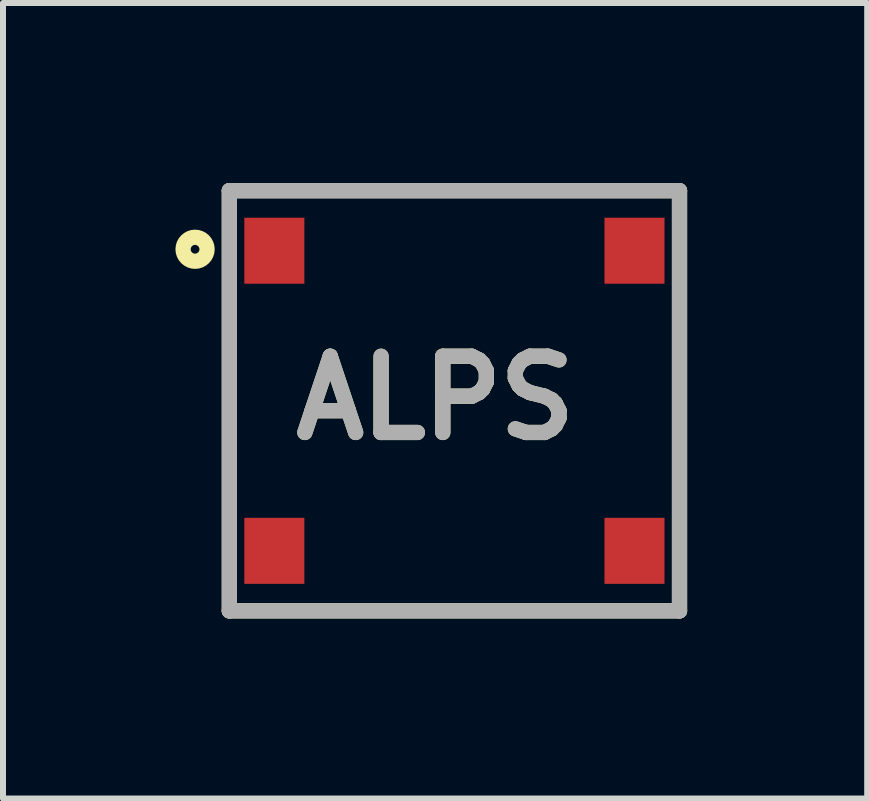
<source format=kicad_pcb>
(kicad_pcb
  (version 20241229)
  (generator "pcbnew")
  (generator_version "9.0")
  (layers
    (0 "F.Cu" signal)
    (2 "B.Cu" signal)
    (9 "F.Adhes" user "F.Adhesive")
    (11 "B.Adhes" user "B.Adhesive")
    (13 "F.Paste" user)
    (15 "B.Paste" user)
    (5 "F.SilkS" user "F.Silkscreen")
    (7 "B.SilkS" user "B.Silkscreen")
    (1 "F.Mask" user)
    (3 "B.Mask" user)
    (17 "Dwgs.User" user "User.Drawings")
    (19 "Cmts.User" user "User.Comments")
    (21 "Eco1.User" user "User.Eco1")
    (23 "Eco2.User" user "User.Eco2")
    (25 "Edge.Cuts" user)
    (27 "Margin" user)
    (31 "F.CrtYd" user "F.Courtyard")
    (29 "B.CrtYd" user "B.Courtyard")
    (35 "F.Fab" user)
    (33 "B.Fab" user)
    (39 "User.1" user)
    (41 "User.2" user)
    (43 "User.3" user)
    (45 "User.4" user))
  (footprint "ALPS"
    (layer "F.Cu")
    (at 4.521 3.627)
    (property "Reference" "ALPS" (at -0.315 -0.046 0) (layer "F.SilkS") (effects (font (size 1.27 1.27) (thickness 0.254))))
    (attr smd)
    (fp_line (start -3.75 -3.5) (end -3.75 3.5) (stroke (width 0.254) (type solid)) (layer "F.SilkS"))
    (fp_line (start -3.75 3.5) (end 3.75 3.5) (stroke (width 0.254) (type solid)) (layer "F.SilkS"))
    (fp_line (start 3.75 -3.5) (end -3.75 -3.5) (stroke (width 0.254) (type solid)) (layer "F.SilkS"))
    (fp_line (start 3.75 3.5) (end 3.75 -3.5) (stroke (width 0.254) (type solid)) (layer "F.SilkS"))
    (fp_circle (center -4.321 -2.524) (end -4.321 -2.451) (stroke (width 0.254) (type solid)) (fill no) (layer "F.SilkS"))
    (fp_line (start -3.75 -3.5) (end 3.75 -3.5) (stroke (width 0.254) (type solid)) (layer "F.Fab"))
    (fp_line (start -3.75 3.5) (end -3.75 -3.5) (stroke (width 0.254) (type solid)) (layer "F.Fab"))
    (fp_line (start 3.75 -3.5) (end 3.75 3.5) (stroke (width 0.254) (type solid)) (layer "F.Fab"))
    (fp_line (start 3.75 3.5) (end -3.75 3.5) (stroke (width 0.254) (type solid)) (layer "F.Fab"))
    (fp_text user "${REFERENCE}" (at -0.315 -0.046 0) (layer "F.Fab") (effects (font (size 1.27 1.27) (thickness 0.254))))
    (pad "1" smd rect (at -3 -2.5) (size 1 1.1) (layers "F.Cu" "F.Mask" "F.Paste"))
    (pad "2" smd rect (at -3 2.5) (size 1 1.1) (layers "F.Cu" "F.Mask" "F.Paste"))
    (pad "3" smd rect (at 3 -2.5) (size 1 1.1) (layers "F.Cu" "F.Mask" "F.Paste"))
    (pad "4" smd rect (at 3 2.5) (size 1 1.1) (layers "F.Cu" "F.Mask" "F.Paste")))
  (gr_rect
    (start -3 -3)
    (end 11.398 10.254)
    (stroke (width 0.1) (type default))
    (fill no)
    (layer "Edge.Cuts")))
</source>
